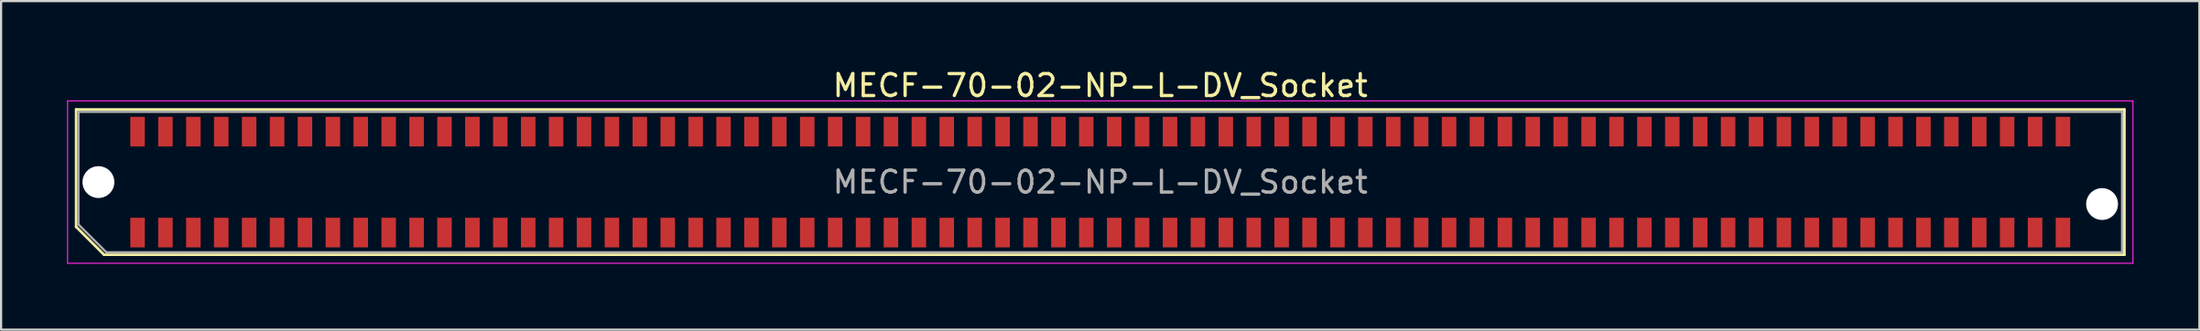
<source format=kicad_pcb>
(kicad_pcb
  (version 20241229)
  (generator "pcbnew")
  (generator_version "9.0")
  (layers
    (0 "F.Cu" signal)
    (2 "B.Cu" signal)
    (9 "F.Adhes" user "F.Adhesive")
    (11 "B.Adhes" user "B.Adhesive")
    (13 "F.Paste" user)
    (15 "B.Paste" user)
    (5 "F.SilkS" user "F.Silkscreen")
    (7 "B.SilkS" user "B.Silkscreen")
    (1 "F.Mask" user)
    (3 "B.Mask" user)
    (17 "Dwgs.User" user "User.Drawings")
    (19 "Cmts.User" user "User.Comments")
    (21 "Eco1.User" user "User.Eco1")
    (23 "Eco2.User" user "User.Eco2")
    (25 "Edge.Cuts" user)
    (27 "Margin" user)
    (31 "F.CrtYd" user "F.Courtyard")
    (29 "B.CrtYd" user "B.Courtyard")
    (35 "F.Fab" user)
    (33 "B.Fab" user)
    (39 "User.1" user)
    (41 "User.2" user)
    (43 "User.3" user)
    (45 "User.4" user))
  (footprint "MECF-70-02-NP-L-DV_Socket"
    (layer "F.Cu")
    (at 47.025 5.248)
    (property "Reference" "MECF-70-02-NP-L-DV_Socket" (at 0 -4.4 0) (layer "F.SilkS") (effects (font (size 1 1) (thickness 0.15))))
    (attr smd)
    (fp_line (start -46.61 -3.31) (end 46.61 -3.31) (stroke (width 0.12) (type solid)) (layer "F.SilkS"))
    (fp_line (start -46.61 2.04) (end -46.61 -3.31) (stroke (width 0.12) (type solid)) (layer "F.SilkS"))
    (fp_line (start -45.34 3.31) (end -46.61 2.04) (stroke (width 0.12) (type solid)) (layer "F.SilkS"))
    (fp_line (start -45.34 3.31) (end 46.61 3.31) (stroke (width 0.12) (type solid)) (layer "F.SilkS"))
    (fp_line (start 46.61 3.31) (end 46.61 -3.31) (stroke (width 0.12) (type solid)) (layer "F.SilkS"))
    (fp_line (start -47 -3.7) (end -47 3.7) (stroke (width 0.05) (type solid)) (layer "F.CrtYd"))
    (fp_line (start -47 3.7) (end 47 3.7) (stroke (width 0.05) (type solid)) (layer "F.CrtYd"))
    (fp_line (start 47 -3.7) (end -47 -3.7) (stroke (width 0.05) (type solid)) (layer "F.CrtYd"))
    (fp_line (start 47 3.7) (end 47 -3.7) (stroke (width 0.05) (type solid)) (layer "F.CrtYd"))
    (fp_line (start -46.505 -3.2) (end 46.505 -3.2) (stroke (width 0.1) (type solid)) (layer "F.Fab"))
    (fp_line (start -46.505 1.93) (end -46.505 -3.2) (stroke (width 0.1) (type solid)) (layer "F.Fab"))
    (fp_line (start -46.505 1.93) (end -45.235 3.2) (stroke (width 0.1) (type solid)) (layer "F.Fab"))
    (fp_line (start -45.235 3.2) (end 46.505 3.2) (stroke (width 0.1) (type solid)) (layer "F.Fab"))
    (fp_line (start 46.505 3.2) (end 46.505 -3.2) (stroke (width 0.1) (type solid)) (layer "F.Fab"))
    (fp_text user "${REFERENCE}" (at 0 0 0) (layer "F.Fab") (effects (font (size 1 1) (thickness 0.15))))
    (pad "" np_thru_hole circle (at -45.595 0) (size 1.45 1.45) (drill 1.45) (layers "*.Cu" "*.Mask"))
    (pad "" np_thru_hole circle (at 45.595 1) (size 1.45 1.45) (drill 1.45) (layers "*.Cu" "*.Mask"))
    (pad "1" smd rect (at -43.815 2.3) (size 0.66 1.35) (layers "F.Cu" "F.Mask" "F.Paste"))
    (pad "2" smd rect (at -43.815 -2.3) (size 0.66 1.35) (layers "F.Cu" "F.Mask" "F.Paste"))
    (pad "3" smd rect (at -42.545 2.3) (size 0.66 1.35) (layers "F.Cu" "F.Mask" "F.Paste"))
    (pad "4" smd rect (at -42.545 -2.3) (size 0.66 1.35) (layers "F.Cu" "F.Mask" "F.Paste"))
    (pad "5" smd rect (at -41.275 2.3) (size 0.66 1.35) (layers "F.Cu" "F.Mask" "F.Paste"))
    (pad "6" smd rect (at -41.275 -2.3) (size 0.66 1.35) (layers "F.Cu" "F.Mask" "F.Paste"))
    (pad "7" smd rect (at -40.005 2.3) (size 0.66 1.35) (layers "F.Cu" "F.Mask" "F.Paste"))
    (pad "8" smd rect (at -40.005 -2.3) (size 0.66 1.35) (layers "F.Cu" "F.Mask" "F.Paste"))
    (pad "9" smd rect (at -38.735 2.3) (size 0.66 1.35) (layers "F.Cu" "F.Mask" "F.Paste"))
    (pad "10" smd rect (at -38.735 -2.3) (size 0.66 1.35) (layers "F.Cu" "F.Mask" "F.Paste"))
    (pad "11" smd rect (at -37.465 2.3) (size 0.66 1.35) (layers "F.Cu" "F.Mask" "F.Paste"))
    (pad "12" smd rect (at -37.465 -2.3) (size 0.66 1.35) (layers "F.Cu" "F.Mask" "F.Paste"))
    (pad "13" smd rect (at -36.195 2.3) (size 0.66 1.35) (layers "F.Cu" "F.Mask" "F.Paste"))
    (pad "14" smd rect (at -36.195 -2.3) (size 0.66 1.35) (layers "F.Cu" "F.Mask" "F.Paste"))
    (pad "15" smd rect (at -34.925 2.3) (size 0.66 1.35) (layers "F.Cu" "F.Mask" "F.Paste"))
    (pad "16" smd rect (at -34.925 -2.3) (size 0.66 1.35) (layers "F.Cu" "F.Mask" "F.Paste"))
    (pad "17" smd rect (at -33.655 2.3) (size 0.66 1.35) (layers "F.Cu" "F.Mask" "F.Paste"))
    (pad "18" smd rect (at -33.655 -2.3) (size 0.66 1.35) (layers "F.Cu" "F.Mask" "F.Paste"))
    (pad "19" smd rect (at -32.385 2.3) (size 0.66 1.35) (layers "F.Cu" "F.Mask" "F.Paste"))
    (pad "20" smd rect (at -32.385 -2.3) (size 0.66 1.35) (layers "F.Cu" "F.Mask" "F.Paste"))
    (pad "21" smd rect (at -31.115 2.3) (size 0.66 1.35) (layers "F.Cu" "F.Mask" "F.Paste"))
    (pad "22" smd rect (at -31.115 -2.3) (size 0.66 1.35) (layers "F.Cu" "F.Mask" "F.Paste"))
    (pad "23" smd rect (at -29.845 2.3) (size 0.66 1.35) (layers "F.Cu" "F.Mask" "F.Paste"))
    (pad "24" smd rect (at -29.845 -2.3) (size 0.66 1.35) (layers "F.Cu" "F.Mask" "F.Paste"))
    (pad "25" smd rect (at -28.575 2.3) (size 0.66 1.35) (layers "F.Cu" "F.Mask" "F.Paste"))
    (pad "26" smd rect (at -28.575 -2.3) (size 0.66 1.35) (layers "F.Cu" "F.Mask" "F.Paste"))
    (pad "27" smd rect (at -27.305 2.3) (size 0.66 1.35) (layers "F.Cu" "F.Mask" "F.Paste"))
    (pad "28" smd rect (at -27.305 -2.3) (size 0.66 1.35) (layers "F.Cu" "F.Mask" "F.Paste"))
    (pad "29" smd rect (at -26.035 2.3) (size 0.66 1.35) (layers "F.Cu" "F.Mask" "F.Paste"))
    (pad "30" smd rect (at -26.035 -2.3) (size 0.66 1.35) (layers "F.Cu" "F.Mask" "F.Paste"))
    (pad "31" smd rect (at -24.765 2.3) (size 0.66 1.35) (layers "F.Cu" "F.Mask" "F.Paste"))
    (pad "32" smd rect (at -24.765 -2.3) (size 0.66 1.35) (layers "F.Cu" "F.Mask" "F.Paste"))
    (pad "33" smd rect (at -23.495 2.3) (size 0.66 1.35) (layers "F.Cu" "F.Mask" "F.Paste"))
    (pad "34" smd rect (at -23.495 -2.3) (size 0.66 1.35) (layers "F.Cu" "F.Mask" "F.Paste"))
    (pad "35" smd rect (at -22.225 2.3) (size 0.66 1.35) (layers "F.Cu" "F.Mask" "F.Paste"))
    (pad "36" smd rect (at -22.225 -2.3) (size 0.66 1.35) (layers "F.Cu" "F.Mask" "F.Paste"))
    (pad "37" smd rect (at -20.955 2.3) (size 0.66 1.35) (layers "F.Cu" "F.Mask" "F.Paste"))
    (pad "38" smd rect (at -20.955 -2.3) (size 0.66 1.35) (layers "F.Cu" "F.Mask" "F.Paste"))
    (pad "39" smd rect (at -19.685 2.3) (size 0.66 1.35) (layers "F.Cu" "F.Mask" "F.Paste"))
    (pad "40" smd rect (at -19.685 -2.3) (size 0.66 1.35) (layers "F.Cu" "F.Mask" "F.Paste"))
    (pad "41" smd rect (at -18.415 2.3) (size 0.66 1.35) (layers "F.Cu" "F.Mask" "F.Paste"))
    (pad "42" smd rect (at -18.415 -2.3) (size 0.66 1.35) (layers "F.Cu" "F.Mask" "F.Paste"))
    (pad "43" smd rect (at -17.145 2.3) (size 0.66 1.35) (layers "F.Cu" "F.Mask" "F.Paste"))
    (pad "44" smd rect (at -17.145 -2.3) (size 0.66 1.35) (layers "F.Cu" "F.Mask" "F.Paste"))
    (pad "45" smd rect (at -15.875 2.3) (size 0.66 1.35) (layers "F.Cu" "F.Mask" "F.Paste"))
    (pad "46" smd rect (at -15.875 -2.3) (size 0.66 1.35) (layers "F.Cu" "F.Mask" "F.Paste"))
    (pad "47" smd rect (at -14.605 2.3) (size 0.66 1.35) (layers "F.Cu" "F.Mask" "F.Paste"))
    (pad "48" smd rect (at -14.605 -2.3) (size 0.66 1.35) (layers "F.Cu" "F.Mask" "F.Paste"))
    (pad "49" smd rect (at -13.335 2.3) (size 0.66 1.35) (layers "F.Cu" "F.Mask" "F.Paste"))
    (pad "50" smd rect (at -13.335 -2.3) (size 0.66 1.35) (layers "F.Cu" "F.Mask" "F.Paste"))
    (pad "51" smd rect (at -12.065 2.3) (size 0.66 1.35) (layers "F.Cu" "F.Mask" "F.Paste"))
    (pad "52" smd rect (at -12.065 -2.3) (size 0.66 1.35) (layers "F.Cu" "F.Mask" "F.Paste"))
    (pad "53" smd rect (at -10.795 2.3) (size 0.66 1.35) (layers "F.Cu" "F.Mask" "F.Paste"))
    (pad "54" smd rect (at -10.795 -2.3) (size 0.66 1.35) (layers "F.Cu" "F.Mask" "F.Paste"))
    (pad "55" smd rect (at -9.525 2.3) (size 0.66 1.35) (layers "F.Cu" "F.Mask" "F.Paste"))
    (pad "56" smd rect (at -9.525 -2.3) (size 0.66 1.35) (layers "F.Cu" "F.Mask" "F.Paste"))
    (pad "57" smd rect (at -8.255 2.3) (size 0.66 1.35) (layers "F.Cu" "F.Mask" "F.Paste"))
    (pad "58" smd rect (at -8.255 -2.3) (size 0.66 1.35) (layers "F.Cu" "F.Mask" "F.Paste"))
    (pad "59" smd rect (at -6.985 2.3) (size 0.66 1.35) (layers "F.Cu" "F.Mask" "F.Paste"))
    (pad "60" smd rect (at -6.985 -2.3) (size 0.66 1.35) (layers "F.Cu" "F.Mask" "F.Paste"))
    (pad "61" smd rect (at -5.715 2.3) (size 0.66 1.35) (layers "F.Cu" "F.Mask" "F.Paste"))
    (pad "62" smd rect (at -5.715 -2.3) (size 0.66 1.35) (layers "F.Cu" "F.Mask" "F.Paste"))
    (pad "63" smd rect (at -4.445 2.3) (size 0.66 1.35) (layers "F.Cu" "F.Mask" "F.Paste"))
    (pad "64" smd rect (at -4.445 -2.3) (size 0.66 1.35) (layers "F.Cu" "F.Mask" "F.Paste"))
    (pad "65" smd rect (at -3.175 2.3) (size 0.66 1.35) (layers "F.Cu" "F.Mask" "F.Paste"))
    (pad "66" smd rect (at -3.175 -2.3) (size 0.66 1.35) (layers "F.Cu" "F.Mask" "F.Paste"))
    (pad "67" smd rect (at -1.905 2.3) (size 0.66 1.35) (layers "F.Cu" "F.Mask" "F.Paste"))
    (pad "68" smd rect (at -1.905 -2.3) (size 0.66 1.35) (layers "F.Cu" "F.Mask" "F.Paste"))
    (pad "69" smd rect (at -0.635 2.3) (size 0.66 1.35) (layers "F.Cu" "F.Mask" "F.Paste"))
    (pad "70" smd rect (at -0.635 -2.3) (size 0.66 1.35) (layers "F.Cu" "F.Mask" "F.Paste"))
    (pad "71" smd rect (at 0.635 2.3) (size 0.66 1.35) (layers "F.Cu" "F.Mask" "F.Paste"))
    (pad "72" smd rect (at 0.635 -2.3) (size 0.66 1.35) (layers "F.Cu" "F.Mask" "F.Paste"))
    (pad "73" smd rect (at 1.905 2.3) (size 0.66 1.35) (layers "F.Cu" "F.Mask" "F.Paste"))
    (pad "74" smd rect (at 1.905 -2.3) (size 0.66 1.35) (layers "F.Cu" "F.Mask" "F.Paste"))
    (pad "75" smd rect (at 3.175 2.3) (size 0.66 1.35) (layers "F.Cu" "F.Mask" "F.Paste"))
    (pad "76" smd rect (at 3.175 -2.3) (size 0.66 1.35) (layers "F.Cu" "F.Mask" "F.Paste"))
    (pad "77" smd rect (at 4.445 2.3) (size 0.66 1.35) (layers "F.Cu" "F.Mask" "F.Paste"))
    (pad "78" smd rect (at 4.445 -2.3) (size 0.66 1.35) (layers "F.Cu" "F.Mask" "F.Paste"))
    (pad "79" smd rect (at 5.715 2.3) (size 0.66 1.35) (layers "F.Cu" "F.Mask" "F.Paste"))
    (pad "80" smd rect (at 5.715 -2.3) (size 0.66 1.35) (layers "F.Cu" "F.Mask" "F.Paste"))
    (pad "81" smd rect (at 6.985 2.3) (size 0.66 1.35) (layers "F.Cu" "F.Mask" "F.Paste"))
    (pad "82" smd rect (at 6.985 -2.3) (size 0.66 1.35) (layers "F.Cu" "F.Mask" "F.Paste"))
    (pad "83" smd rect (at 8.255 2.3) (size 0.66 1.35) (layers "F.Cu" "F.Mask" "F.Paste"))
    (pad "84" smd rect (at 8.255 -2.3) (size 0.66 1.35) (layers "F.Cu" "F.Mask" "F.Paste"))
    (pad "85" smd rect (at 9.525 2.3) (size 0.66 1.35) (layers "F.Cu" "F.Mask" "F.Paste"))
    (pad "86" smd rect (at 9.525 -2.3) (size 0.66 1.35) (layers "F.Cu" "F.Mask" "F.Paste"))
    (pad "87" smd rect (at 10.795 2.3) (size 0.66 1.35) (layers "F.Cu" "F.Mask" "F.Paste"))
    (pad "88" smd rect (at 10.795 -2.3) (size 0.66 1.35) (layers "F.Cu" "F.Mask" "F.Paste"))
    (pad "89" smd rect (at 12.065 2.3) (size 0.66 1.35) (layers "F.Cu" "F.Mask" "F.Paste"))
    (pad "90" smd rect (at 12.065 -2.3) (size 0.66 1.35) (layers "F.Cu" "F.Mask" "F.Paste"))
    (pad "91" smd rect (at 13.335 2.3) (size 0.66 1.35) (layers "F.Cu" "F.Mask" "F.Paste"))
    (pad "92" smd rect (at 13.335 -2.3) (size 0.66 1.35) (layers "F.Cu" "F.Mask" "F.Paste"))
    (pad "93" smd rect (at 14.605 2.3) (size 0.66 1.35) (layers "F.Cu" "F.Mask" "F.Paste"))
    (pad "94" smd rect (at 14.605 -2.3) (size 0.66 1.35) (layers "F.Cu" "F.Mask" "F.Paste"))
    (pad "95" smd rect (at 15.875 2.3) (size 0.66 1.35) (layers "F.Cu" "F.Mask" "F.Paste"))
    (pad "96" smd rect (at 15.875 -2.3) (size 0.66 1.35) (layers "F.Cu" "F.Mask" "F.Paste"))
    (pad "97" smd rect (at 17.145 2.3) (size 0.66 1.35) (layers "F.Cu" "F.Mask" "F.Paste"))
    (pad "98" smd rect (at 17.145 -2.3) (size 0.66 1.35) (layers "F.Cu" "F.Mask" "F.Paste"))
    (pad "99" smd rect (at 18.415 2.3) (size 0.66 1.35) (layers "F.Cu" "F.Mask" "F.Paste"))
    (pad "100" smd rect (at 18.415 -2.3) (size 0.66 1.35) (layers "F.Cu" "F.Mask" "F.Paste"))
    (pad "101" smd rect (at 19.685 2.3) (size 0.66 1.35) (layers "F.Cu" "F.Mask" "F.Paste"))
    (pad "102" smd rect (at 19.685 -2.3) (size 0.66 1.35) (layers "F.Cu" "F.Mask" "F.Paste"))
    (pad "103" smd rect (at 20.955 2.3) (size 0.66 1.35) (layers "F.Cu" "F.Mask" "F.Paste"))
    (pad "104" smd rect (at 20.955 -2.3) (size 0.66 1.35) (layers "F.Cu" "F.Mask" "F.Paste"))
    (pad "105" smd rect (at 22.225 2.3) (size 0.66 1.35) (layers "F.Cu" "F.Mask" "F.Paste"))
    (pad "106" smd rect (at 22.225 -2.3) (size 0.66 1.35) (layers "F.Cu" "F.Mask" "F.Paste"))
    (pad "107" smd rect (at 23.495 2.3) (size 0.66 1.35) (layers "F.Cu" "F.Mask" "F.Paste"))
    (pad "108" smd rect (at 23.495 -2.3) (size 0.66 1.35) (layers "F.Cu" "F.Mask" "F.Paste"))
    (pad "109" smd rect (at 24.765 2.3) (size 0.66 1.35) (layers "F.Cu" "F.Mask" "F.Paste"))
    (pad "110" smd rect (at 24.765 -2.3) (size 0.66 1.35) (layers "F.Cu" "F.Mask" "F.Paste"))
    (pad "111" smd rect (at 26.035 2.3) (size 0.66 1.35) (layers "F.Cu" "F.Mask" "F.Paste"))
    (pad "112" smd rect (at 26.035 -2.3) (size 0.66 1.35) (layers "F.Cu" "F.Mask" "F.Paste"))
    (pad "113" smd rect (at 27.305 2.3) (size 0.66 1.35) (layers "F.Cu" "F.Mask" "F.Paste"))
    (pad "114" smd rect (at 27.305 -2.3) (size 0.66 1.35) (layers "F.Cu" "F.Mask" "F.Paste"))
    (pad "115" smd rect (at 28.575 2.3) (size 0.66 1.35) (layers "F.Cu" "F.Mask" "F.Paste"))
    (pad "116" smd rect (at 28.575 -2.3) (size 0.66 1.35) (layers "F.Cu" "F.Mask" "F.Paste"))
    (pad "117" smd rect (at 29.845 2.3) (size 0.66 1.35) (layers "F.Cu" "F.Mask" "F.Paste"))
    (pad "118" smd rect (at 29.845 -2.3) (size 0.66 1.35) (layers "F.Cu" "F.Mask" "F.Paste"))
    (pad "119" smd rect (at 31.115 2.3) (size 0.66 1.35) (layers "F.Cu" "F.Mask" "F.Paste"))
    (pad "120" smd rect (at 31.115 -2.3) (size 0.66 1.35) (layers "F.Cu" "F.Mask" "F.Paste"))
    (pad "121" smd rect (at 32.385 2.3) (size 0.66 1.35) (layers "F.Cu" "F.Mask" "F.Paste"))
    (pad "122" smd rect (at 32.385 -2.3) (size 0.66 1.35) (layers "F.Cu" "F.Mask" "F.Paste"))
    (pad "123" smd rect (at 33.655 2.3) (size 0.66 1.35) (layers "F.Cu" "F.Mask" "F.Paste"))
    (pad "124" smd rect (at 33.655 -2.3) (size 0.66 1.35) (layers "F.Cu" "F.Mask" "F.Paste"))
    (pad "125" smd rect (at 34.925 2.3) (size 0.66 1.35) (layers "F.Cu" "F.Mask" "F.Paste"))
    (pad "126" smd rect (at 34.925 -2.3) (size 0.66 1.35) (layers "F.Cu" "F.Mask" "F.Paste"))
    (pad "127" smd rect (at 36.195 2.3) (size 0.66 1.35) (layers "F.Cu" "F.Mask" "F.Paste"))
    (pad "128" smd rect (at 36.195 -2.3) (size 0.66 1.35) (layers "F.Cu" "F.Mask" "F.Paste"))
    (pad "129" smd rect (at 37.465 2.3) (size 0.66 1.35) (layers "F.Cu" "F.Mask" "F.Paste"))
    (pad "130" smd rect (at 37.465 -2.3) (size 0.66 1.35) (layers "F.Cu" "F.Mask" "F.Paste"))
    (pad "131" smd rect (at 38.735 2.3) (size 0.66 1.35) (layers "F.Cu" "F.Mask" "F.Paste"))
    (pad "132" smd rect (at 38.735 -2.3) (size 0.66 1.35) (layers "F.Cu" "F.Mask" "F.Paste"))
    (pad "133" smd rect (at 40.005 2.3) (size 0.66 1.35) (layers "F.Cu" "F.Mask" "F.Paste"))
    (pad "134" smd rect (at 40.005 -2.3) (size 0.66 1.35) (layers "F.Cu" "F.Mask" "F.Paste"))
    (pad "135" smd rect (at 41.275 2.3) (size 0.66 1.35) (layers "F.Cu" "F.Mask" "F.Paste"))
    (pad "136" smd rect (at 41.275 -2.3) (size 0.66 1.35) (layers "F.Cu" "F.Mask" "F.Paste"))
    (pad "137" smd rect (at 42.545 2.3) (size 0.66 1.35) (layers "F.Cu" "F.Mask" "F.Paste"))
    (pad "138" smd rect (at 42.545 -2.3) (size 0.66 1.35) (layers "F.Cu" "F.Mask" "F.Paste"))
    (pad "139" smd rect (at 43.815 2.3) (size 0.66 1.35) (layers "F.Cu" "F.Mask" "F.Paste"))
    (pad "140" smd rect (at 43.815 -2.3) (size 0.66 1.35) (layers "F.Cu" "F.Mask" "F.Paste")))
  (gr_rect
    (start -3 -3)
    (end 97.05 11.973)
    (stroke (width 0.1) (type default))
    (fill no)
    (layer "Edge.Cuts")))
</source>
